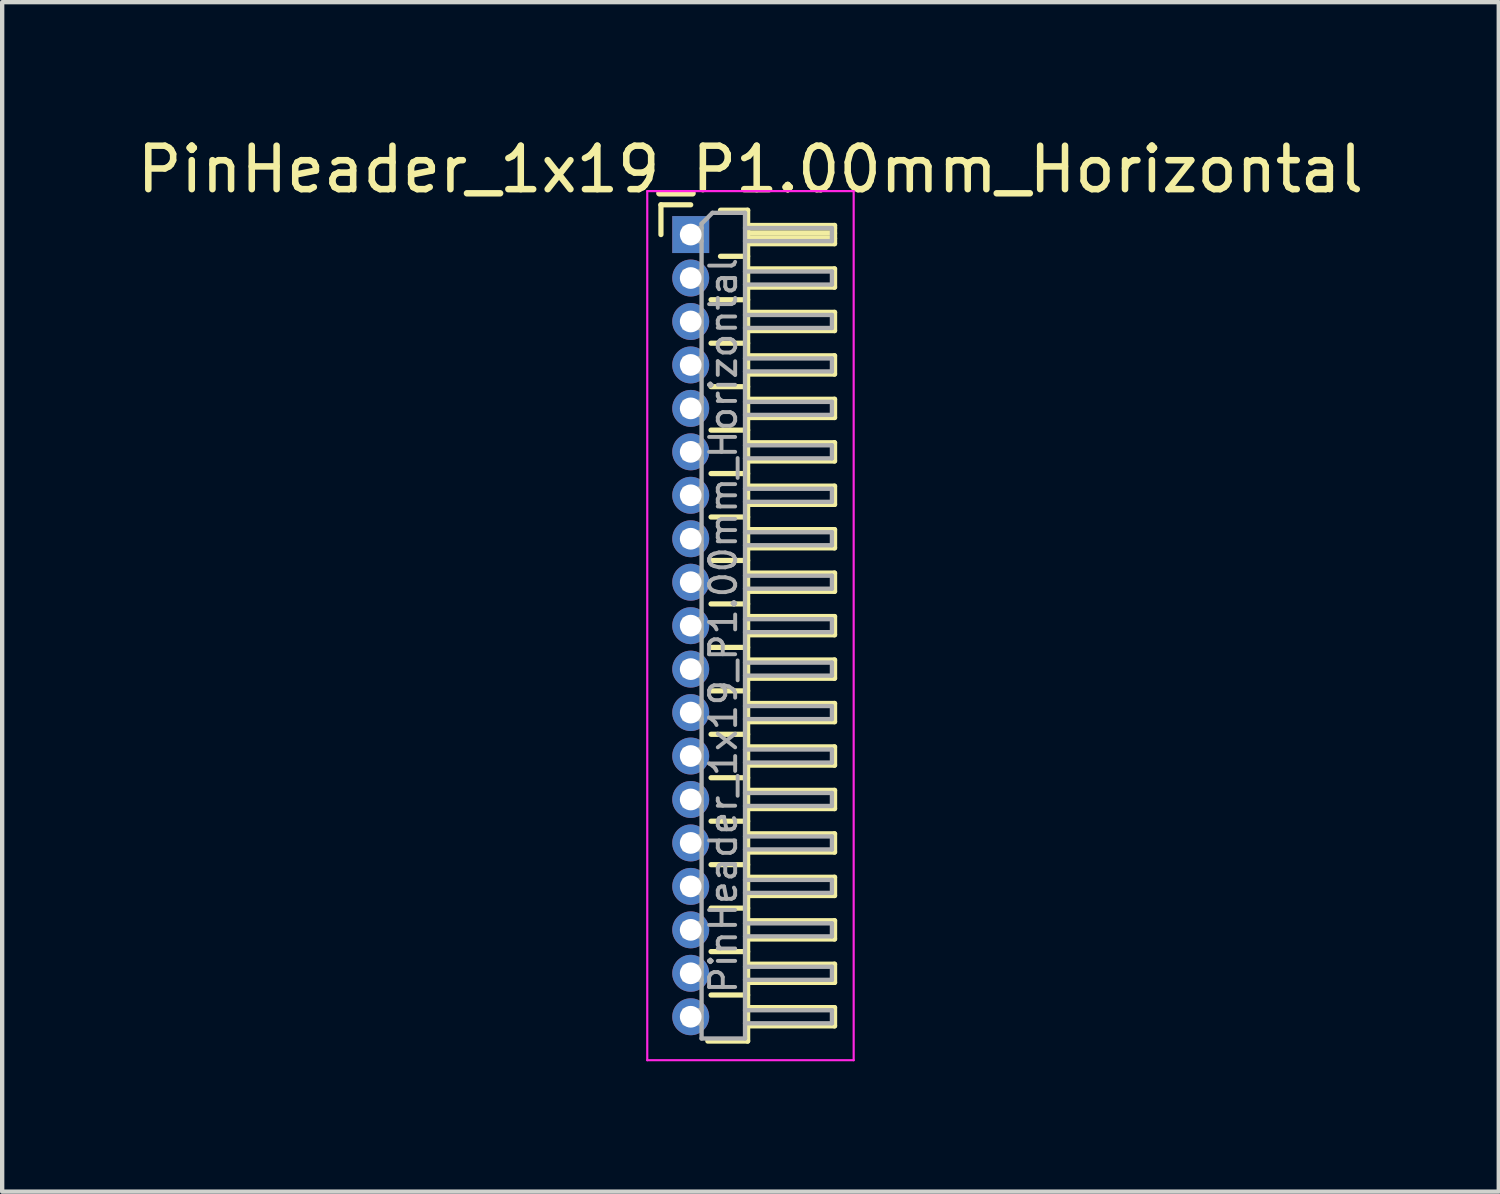
<source format=kicad_pcb>
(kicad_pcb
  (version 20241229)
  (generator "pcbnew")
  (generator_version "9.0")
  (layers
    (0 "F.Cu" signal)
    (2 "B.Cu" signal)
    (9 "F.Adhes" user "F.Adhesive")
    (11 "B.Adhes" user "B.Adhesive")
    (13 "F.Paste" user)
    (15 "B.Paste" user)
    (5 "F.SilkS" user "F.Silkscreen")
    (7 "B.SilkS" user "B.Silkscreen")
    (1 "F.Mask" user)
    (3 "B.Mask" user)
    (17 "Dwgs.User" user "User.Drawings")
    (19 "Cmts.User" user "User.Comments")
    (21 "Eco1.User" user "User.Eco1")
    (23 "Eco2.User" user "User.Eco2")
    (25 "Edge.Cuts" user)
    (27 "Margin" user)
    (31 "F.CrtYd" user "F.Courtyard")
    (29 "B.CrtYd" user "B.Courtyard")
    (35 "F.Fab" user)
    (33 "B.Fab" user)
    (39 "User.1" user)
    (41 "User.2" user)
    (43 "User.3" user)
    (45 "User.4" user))
  (footprint "PinHeader_1x19_P1.00mm_Horizontal"
    (layer "F.Cu")
    (at 12.845 2.348)
    (property "Reference" "PinHeader_1x19_P1.00mm_Horizontal" (at 1.375 -1.5 0) (layer "F.SilkS") (effects (font (size 1 1) (thickness 0.15))))
    (attr through_hole)
    (fp_line (start -0.685 -0.685) (end 0 -0.685) (stroke (width 0.12) (type solid)) (layer "F.SilkS"))
    (fp_line (start -0.685 0) (end -0.685 -0.685) (stroke (width 0.12) (type solid)) (layer "F.SilkS"))
    (fp_line (start 0.468 1.5) (end 1.31 1.5) (stroke (width 0.12) (type solid)) (layer "F.SilkS"))
    (fp_line (start 0.468 2.5) (end 1.31 2.5) (stroke (width 0.12) (type solid)) (layer "F.SilkS"))
    (fp_line (start 0.468 3.5) (end 1.31 3.5) (stroke (width 0.12) (type solid)) (layer "F.SilkS"))
    (fp_line (start 0.468 4.5) (end 1.31 4.5) (stroke (width 0.12) (type solid)) (layer "F.SilkS"))
    (fp_line (start 0.468 5.5) (end 1.31 5.5) (stroke (width 0.12) (type solid)) (layer "F.SilkS"))
    (fp_line (start 0.468 6.5) (end 1.31 6.5) (stroke (width 0.12) (type solid)) (layer "F.SilkS"))
    (fp_line (start 0.468 7.5) (end 1.31 7.5) (stroke (width 0.12) (type solid)) (layer "F.SilkS"))
    (fp_line (start 0.468 8.5) (end 1.31 8.5) (stroke (width 0.12) (type solid)) (layer "F.SilkS"))
    (fp_line (start 0.468 9.5) (end 1.31 9.5) (stroke (width 0.12) (type solid)) (layer "F.SilkS"))
    (fp_line (start 0.468 10.5) (end 1.31 10.5) (stroke (width 0.12) (type solid)) (layer "F.SilkS"))
    (fp_line (start 0.468 11.5) (end 1.31 11.5) (stroke (width 0.12) (type solid)) (layer "F.SilkS"))
    (fp_line (start 0.468 12.5) (end 1.31 12.5) (stroke (width 0.12) (type solid)) (layer "F.SilkS"))
    (fp_line (start 0.468 13.5) (end 1.31 13.5) (stroke (width 0.12) (type solid)) (layer "F.SilkS"))
    (fp_line (start 0.468 14.5) (end 1.31 14.5) (stroke (width 0.12) (type solid)) (layer "F.SilkS"))
    (fp_line (start 0.468 15.5) (end 1.31 15.5) (stroke (width 0.12) (type solid)) (layer "F.SilkS"))
    (fp_line (start 0.468 16.5) (end 1.31 16.5) (stroke (width 0.12) (type solid)) (layer "F.SilkS"))
    (fp_line (start 0.468 17.5) (end 1.31 17.5) (stroke (width 0.12) (type solid)) (layer "F.SilkS"))
    (fp_line (start 0.685 -0.56) (end 1.31 -0.56) (stroke (width 0.12) (type solid)) (layer "F.SilkS"))
    (fp_line (start 0.685 0.5) (end 1.31 0.5) (stroke (width 0.12) (type solid)) (layer "F.SilkS"))
    (fp_line (start 1.31 -0.56) (end 1.31 18.56) (stroke (width 0.12) (type solid)) (layer "F.SilkS"))
    (fp_line (start 1.31 -0.21) (end 3.31 -0.21) (stroke (width 0.12) (type solid)) (layer "F.SilkS"))
    (fp_line (start 1.31 -0.15) (end 3.31 -0.15) (stroke (width 0.12) (type solid)) (layer "F.SilkS"))
    (fp_line (start 1.31 -0.03) (end 3.31 -0.03) (stroke (width 0.12) (type solid)) (layer "F.SilkS"))
    (fp_line (start 1.31 0.09) (end 3.31 0.09) (stroke (width 0.12) (type solid)) (layer "F.SilkS"))
    (fp_line (start 1.31 0.79) (end 3.31 0.79) (stroke (width 0.12) (type solid)) (layer "F.SilkS"))
    (fp_line (start 1.31 1.79) (end 3.31 1.79) (stroke (width 0.12) (type solid)) (layer "F.SilkS"))
    (fp_line (start 1.31 2.79) (end 3.31 2.79) (stroke (width 0.12) (type solid)) (layer "F.SilkS"))
    (fp_line (start 1.31 3.79) (end 3.31 3.79) (stroke (width 0.12) (type solid)) (layer "F.SilkS"))
    (fp_line (start 1.31 4.79) (end 3.31 4.79) (stroke (width 0.12) (type solid)) (layer "F.SilkS"))
    (fp_line (start 1.31 5.79) (end 3.31 5.79) (stroke (width 0.12) (type solid)) (layer "F.SilkS"))
    (fp_line (start 1.31 6.79) (end 3.31 6.79) (stroke (width 0.12) (type solid)) (layer "F.SilkS"))
    (fp_line (start 1.31 7.79) (end 3.31 7.79) (stroke (width 0.12) (type solid)) (layer "F.SilkS"))
    (fp_line (start 1.31 8.79) (end 3.31 8.79) (stroke (width 0.12) (type solid)) (layer "F.SilkS"))
    (fp_line (start 1.31 9.79) (end 3.31 9.79) (stroke (width 0.12) (type solid)) (layer "F.SilkS"))
    (fp_line (start 1.31 10.79) (end 3.31 10.79) (stroke (width 0.12) (type solid)) (layer "F.SilkS"))
    (fp_line (start 1.31 11.79) (end 3.31 11.79) (stroke (width 0.12) (type solid)) (layer "F.SilkS"))
    (fp_line (start 1.31 12.79) (end 3.31 12.79) (stroke (width 0.12) (type solid)) (layer "F.SilkS"))
    (fp_line (start 1.31 13.79) (end 3.31 13.79) (stroke (width 0.12) (type solid)) (layer "F.SilkS"))
    (fp_line (start 1.31 14.79) (end 3.31 14.79) (stroke (width 0.12) (type solid)) (layer "F.SilkS"))
    (fp_line (start 1.31 15.79) (end 3.31 15.79) (stroke (width 0.12) (type solid)) (layer "F.SilkS"))
    (fp_line (start 1.31 16.79) (end 3.31 16.79) (stroke (width 0.12) (type solid)) (layer "F.SilkS"))
    (fp_line (start 1.31 17.79) (end 3.31 17.79) (stroke (width 0.12) (type solid)) (layer "F.SilkS"))
    (fp_line (start 1.31 18.56) (end 0.394 18.56) (stroke (width 0.12) (type solid)) (layer "F.SilkS"))
    (fp_line (start 3.31 -0.21) (end 3.31 0.21) (stroke (width 0.12) (type solid)) (layer "F.SilkS"))
    (fp_line (start 3.31 0.21) (end 1.31 0.21) (stroke (width 0.12) (type solid)) (layer "F.SilkS"))
    (fp_line (start 3.31 0.79) (end 3.31 1.21) (stroke (width 0.12) (type solid)) (layer "F.SilkS"))
    (fp_line (start 3.31 1.21) (end 1.31 1.21) (stroke (width 0.12) (type solid)) (layer "F.SilkS"))
    (fp_line (start 3.31 1.79) (end 3.31 2.21) (stroke (width 0.12) (type solid)) (layer "F.SilkS"))
    (fp_line (start 3.31 2.21) (end 1.31 2.21) (stroke (width 0.12) (type solid)) (layer "F.SilkS"))
    (fp_line (start 3.31 2.79) (end 3.31 3.21) (stroke (width 0.12) (type solid)) (layer "F.SilkS"))
    (fp_line (start 3.31 3.21) (end 1.31 3.21) (stroke (width 0.12) (type solid)) (layer "F.SilkS"))
    (fp_line (start 3.31 3.79) (end 3.31 4.21) (stroke (width 0.12) (type solid)) (layer "F.SilkS"))
    (fp_line (start 3.31 4.21) (end 1.31 4.21) (stroke (width 0.12) (type solid)) (layer "F.SilkS"))
    (fp_line (start 3.31 4.79) (end 3.31 5.21) (stroke (width 0.12) (type solid)) (layer "F.SilkS"))
    (fp_line (start 3.31 5.21) (end 1.31 5.21) (stroke (width 0.12) (type solid)) (layer "F.SilkS"))
    (fp_line (start 3.31 5.79) (end 3.31 6.21) (stroke (width 0.12) (type solid)) (layer "F.SilkS"))
    (fp_line (start 3.31 6.21) (end 1.31 6.21) (stroke (width 0.12) (type solid)) (layer "F.SilkS"))
    (fp_line (start 3.31 6.79) (end 3.31 7.21) (stroke (width 0.12) (type solid)) (layer "F.SilkS"))
    (fp_line (start 3.31 7.21) (end 1.31 7.21) (stroke (width 0.12) (type solid)) (layer "F.SilkS"))
    (fp_line (start 3.31 7.79) (end 3.31 8.21) (stroke (width 0.12) (type solid)) (layer "F.SilkS"))
    (fp_line (start 3.31 8.21) (end 1.31 8.21) (stroke (width 0.12) (type solid)) (layer "F.SilkS"))
    (fp_line (start 3.31 8.79) (end 3.31 9.21) (stroke (width 0.12) (type solid)) (layer "F.SilkS"))
    (fp_line (start 3.31 9.21) (end 1.31 9.21) (stroke (width 0.12) (type solid)) (layer "F.SilkS"))
    (fp_line (start 3.31 9.79) (end 3.31 10.21) (stroke (width 0.12) (type solid)) (layer "F.SilkS"))
    (fp_line (start 3.31 10.21) (end 1.31 10.21) (stroke (width 0.12) (type solid)) (layer "F.SilkS"))
    (fp_line (start 3.31 10.79) (end 3.31 11.21) (stroke (width 0.12) (type solid)) (layer "F.SilkS"))
    (fp_line (start 3.31 11.21) (end 1.31 11.21) (stroke (width 0.12) (type solid)) (layer "F.SilkS"))
    (fp_line (start 3.31 11.79) (end 3.31 12.21) (stroke (width 0.12) (type solid)) (layer "F.SilkS"))
    (fp_line (start 3.31 12.21) (end 1.31 12.21) (stroke (width 0.12) (type solid)) (layer "F.SilkS"))
    (fp_line (start 3.31 12.79) (end 3.31 13.21) (stroke (width 0.12) (type solid)) (layer "F.SilkS"))
    (fp_line (start 3.31 13.21) (end 1.31 13.21) (stroke (width 0.12) (type solid)) (layer "F.SilkS"))
    (fp_line (start 3.31 13.79) (end 3.31 14.21) (stroke (width 0.12) (type solid)) (layer "F.SilkS"))
    (fp_line (start 3.31 14.21) (end 1.31 14.21) (stroke (width 0.12) (type solid)) (layer "F.SilkS"))
    (fp_line (start 3.31 14.79) (end 3.31 15.21) (stroke (width 0.12) (type solid)) (layer "F.SilkS"))
    (fp_line (start 3.31 15.21) (end 1.31 15.21) (stroke (width 0.12) (type solid)) (layer "F.SilkS"))
    (fp_line (start 3.31 15.79) (end 3.31 16.21) (stroke (width 0.12) (type solid)) (layer "F.SilkS"))
    (fp_line (start 3.31 16.21) (end 1.31 16.21) (stroke (width 0.12) (type solid)) (layer "F.SilkS"))
    (fp_line (start 3.31 16.79) (end 3.31 17.21) (stroke (width 0.12) (type solid)) (layer "F.SilkS"))
    (fp_line (start 3.31 17.21) (end 1.31 17.21) (stroke (width 0.12) (type solid)) (layer "F.SilkS"))
    (fp_line (start 3.31 17.79) (end 3.31 18.21) (stroke (width 0.12) (type solid)) (layer "F.SilkS"))
    (fp_line (start 3.31 18.21) (end 1.31 18.21) (stroke (width 0.12) (type solid)) (layer "F.SilkS"))
    (fp_line (start -1 -1) (end -1 19) (stroke (width 0.05) (type solid)) (layer "F.CrtYd"))
    (fp_line (start -1 19) (end 3.75 19) (stroke (width 0.05) (type solid)) (layer "F.CrtYd"))
    (fp_line (start 3.75 -1) (end -1 -1) (stroke (width 0.05) (type solid)) (layer "F.CrtYd"))
    (fp_line (start 3.75 19) (end 3.75 -1) (stroke (width 0.05) (type solid)) (layer "F.CrtYd"))
    (fp_line (start -0.15 -0.15) (end -0.15 0.15) (stroke (width 0.1) (type solid)) (layer "F.Fab"))
    (fp_line (start -0.15 -0.15) (end 0.25 -0.15) (stroke (width 0.1) (type solid)) (layer "F.Fab"))
    (fp_line (start -0.15 0.15) (end 0.25 0.15) (stroke (width 0.1) (type solid)) (layer "F.Fab"))
    (fp_line (start -0.15 0.85) (end -0.15 1.15) (stroke (width 0.1) (type solid)) (layer "F.Fab"))
    (fp_line (start -0.15 0.85) (end 0.25 0.85) (stroke (width 0.1) (type solid)) (layer "F.Fab"))
    (fp_line (start -0.15 1.15) (end 0.25 1.15) (stroke (width 0.1) (type solid)) (layer "F.Fab"))
    (fp_line (start -0.15 1.85) (end -0.15 2.15) (stroke (width 0.1) (type solid)) (layer "F.Fab"))
    (fp_line (start -0.15 1.85) (end 0.25 1.85) (stroke (width 0.1) (type solid)) (layer "F.Fab"))
    (fp_line (start -0.15 2.15) (end 0.25 2.15) (stroke (width 0.1) (type solid)) (layer "F.Fab"))
    (fp_line (start -0.15 2.85) (end -0.15 3.15) (stroke (width 0.1) (type solid)) (layer "F.Fab"))
    (fp_line (start -0.15 2.85) (end 0.25 2.85) (stroke (width 0.1) (type solid)) (layer "F.Fab"))
    (fp_line (start -0.15 3.15) (end 0.25 3.15) (stroke (width 0.1) (type solid)) (layer "F.Fab"))
    (fp_line (start -0.15 3.85) (end -0.15 4.15) (stroke (width 0.1) (type solid)) (layer "F.Fab"))
    (fp_line (start -0.15 3.85) (end 0.25 3.85) (stroke (width 0.1) (type solid)) (layer "F.Fab"))
    (fp_line (start -0.15 4.15) (end 0.25 4.15) (stroke (width 0.1) (type solid)) (layer "F.Fab"))
    (fp_line (start -0.15 4.85) (end -0.15 5.15) (stroke (width 0.1) (type solid)) (layer "F.Fab"))
    (fp_line (start -0.15 4.85) (end 0.25 4.85) (stroke (width 0.1) (type solid)) (layer "F.Fab"))
    (fp_line (start -0.15 5.15) (end 0.25 5.15) (stroke (width 0.1) (type solid)) (layer "F.Fab"))
    (fp_line (start -0.15 5.85) (end -0.15 6.15) (stroke (width 0.1) (type solid)) (layer "F.Fab"))
    (fp_line (start -0.15 5.85) (end 0.25 5.85) (stroke (width 0.1) (type solid)) (layer "F.Fab"))
    (fp_line (start -0.15 6.15) (end 0.25 6.15) (stroke (width 0.1) (type solid)) (layer "F.Fab"))
    (fp_line (start -0.15 6.85) (end -0.15 7.15) (stroke (width 0.1) (type solid)) (layer "F.Fab"))
    (fp_line (start -0.15 6.85) (end 0.25 6.85) (stroke (width 0.1) (type solid)) (layer "F.Fab"))
    (fp_line (start -0.15 7.15) (end 0.25 7.15) (stroke (width 0.1) (type solid)) (layer "F.Fab"))
    (fp_line (start -0.15 7.85) (end -0.15 8.15) (stroke (width 0.1) (type solid)) (layer "F.Fab"))
    (fp_line (start -0.15 7.85) (end 0.25 7.85) (stroke (width 0.1) (type solid)) (layer "F.Fab"))
    (fp_line (start -0.15 8.15) (end 0.25 8.15) (stroke (width 0.1) (type solid)) (layer "F.Fab"))
    (fp_line (start -0.15 8.85) (end -0.15 9.15) (stroke (width 0.1) (type solid)) (layer "F.Fab"))
    (fp_line (start -0.15 8.85) (end 0.25 8.85) (stroke (width 0.1) (type solid)) (layer "F.Fab"))
    (fp_line (start -0.15 9.15) (end 0.25 9.15) (stroke (width 0.1) (type solid)) (layer "F.Fab"))
    (fp_line (start -0.15 9.85) (end -0.15 10.15) (stroke (width 0.1) (type solid)) (layer "F.Fab"))
    (fp_line (start -0.15 9.85) (end 0.25 9.85) (stroke (width 0.1) (type solid)) (layer "F.Fab"))
    (fp_line (start -0.15 10.15) (end 0.25 10.15) (stroke (width 0.1) (type solid)) (layer "F.Fab"))
    (fp_line (start -0.15 10.85) (end -0.15 11.15) (stroke (width 0.1) (type solid)) (layer "F.Fab"))
    (fp_line (start -0.15 10.85) (end 0.25 10.85) (stroke (width 0.1) (type solid)) (layer "F.Fab"))
    (fp_line (start -0.15 11.15) (end 0.25 11.15) (stroke (width 0.1) (type solid)) (layer "F.Fab"))
    (fp_line (start -0.15 11.85) (end -0.15 12.15) (stroke (width 0.1) (type solid)) (layer "F.Fab"))
    (fp_line (start -0.15 11.85) (end 0.25 11.85) (stroke (width 0.1) (type solid)) (layer "F.Fab"))
    (fp_line (start -0.15 12.15) (end 0.25 12.15) (stroke (width 0.1) (type solid)) (layer "F.Fab"))
    (fp_line (start -0.15 12.85) (end -0.15 13.15) (stroke (width 0.1) (type solid)) (layer "F.Fab"))
    (fp_line (start -0.15 12.85) (end 0.25 12.85) (stroke (width 0.1) (type solid)) (layer "F.Fab"))
    (fp_line (start -0.15 13.15) (end 0.25 13.15) (stroke (width 0.1) (type solid)) (layer "F.Fab"))
    (fp_line (start -0.15 13.85) (end -0.15 14.15) (stroke (width 0.1) (type solid)) (layer "F.Fab"))
    (fp_line (start -0.15 13.85) (end 0.25 13.85) (stroke (width 0.1) (type solid)) (layer "F.Fab"))
    (fp_line (start -0.15 14.15) (end 0.25 14.15) (stroke (width 0.1) (type solid)) (layer "F.Fab"))
    (fp_line (start -0.15 14.85) (end -0.15 15.15) (stroke (width 0.1) (type solid)) (layer "F.Fab"))
    (fp_line (start -0.15 14.85) (end 0.25 14.85) (stroke (width 0.1) (type solid)) (layer "F.Fab"))
    (fp_line (start -0.15 15.15) (end 0.25 15.15) (stroke (width 0.1) (type solid)) (layer "F.Fab"))
    (fp_line (start -0.15 15.85) (end -0.15 16.15) (stroke (width 0.1) (type solid)) (layer "F.Fab"))
    (fp_line (start -0.15 15.85) (end 0.25 15.85) (stroke (width 0.1) (type solid)) (layer "F.Fab"))
    (fp_line (start -0.15 16.15) (end 0.25 16.15) (stroke (width 0.1) (type solid)) (layer "F.Fab"))
    (fp_line (start -0.15 16.85) (end -0.15 17.15) (stroke (width 0.1) (type solid)) (layer "F.Fab"))
    (fp_line (start -0.15 16.85) (end 0.25 16.85) (stroke (width 0.1) (type solid)) (layer "F.Fab"))
    (fp_line (start -0.15 17.15) (end 0.25 17.15) (stroke (width 0.1) (type solid)) (layer "F.Fab"))
    (fp_line (start -0.15 17.85) (end -0.15 18.15) (stroke (width 0.1) (type solid)) (layer "F.Fab"))
    (fp_line (start -0.15 17.85) (end 0.25 17.85) (stroke (width 0.1) (type solid)) (layer "F.Fab"))
    (fp_line (start -0.15 18.15) (end 0.25 18.15) (stroke (width 0.1) (type solid)) (layer "F.Fab"))
    (fp_line (start 0.25 -0.25) (end 0.5 -0.5) (stroke (width 0.1) (type solid)) (layer "F.Fab"))
    (fp_line (start 0.25 18.5) (end 0.25 -0.25) (stroke (width 0.1) (type solid)) (layer "F.Fab"))
    (fp_line (start 0.5 -0.5) (end 1.25 -0.5) (stroke (width 0.1) (type solid)) (layer "F.Fab"))
    (fp_line (start 1.25 -0.5) (end 1.25 18.5) (stroke (width 0.1) (type solid)) (layer "F.Fab"))
    (fp_line (start 1.25 -0.15) (end 3.25 -0.15) (stroke (width 0.1) (type solid)) (layer "F.Fab"))
    (fp_line (start 1.25 0.15) (end 3.25 0.15) (stroke (width 0.1) (type solid)) (layer "F.Fab"))
    (fp_line (start 1.25 0.85) (end 3.25 0.85) (stroke (width 0.1) (type solid)) (layer "F.Fab"))
    (fp_line (start 1.25 1.15) (end 3.25 1.15) (stroke (width 0.1) (type solid)) (layer "F.Fab"))
    (fp_line (start 1.25 1.85) (end 3.25 1.85) (stroke (width 0.1) (type solid)) (layer "F.Fab"))
    (fp_line (start 1.25 2.15) (end 3.25 2.15) (stroke (width 0.1) (type solid)) (layer "F.Fab"))
    (fp_line (start 1.25 2.85) (end 3.25 2.85) (stroke (width 0.1) (type solid)) (layer "F.Fab"))
    (fp_line (start 1.25 3.15) (end 3.25 3.15) (stroke (width 0.1) (type solid)) (layer "F.Fab"))
    (fp_line (start 1.25 3.85) (end 3.25 3.85) (stroke (width 0.1) (type solid)) (layer "F.Fab"))
    (fp_line (start 1.25 4.15) (end 3.25 4.15) (stroke (width 0.1) (type solid)) (layer "F.Fab"))
    (fp_line (start 1.25 4.85) (end 3.25 4.85) (stroke (width 0.1) (type solid)) (layer "F.Fab"))
    (fp_line (start 1.25 5.15) (end 3.25 5.15) (stroke (width 0.1) (type solid)) (layer "F.Fab"))
    (fp_line (start 1.25 5.85) (end 3.25 5.85) (stroke (width 0.1) (type solid)) (layer "F.Fab"))
    (fp_line (start 1.25 6.15) (end 3.25 6.15) (stroke (width 0.1) (type solid)) (layer "F.Fab"))
    (fp_line (start 1.25 6.85) (end 3.25 6.85) (stroke (width 0.1) (type solid)) (layer "F.Fab"))
    (fp_line (start 1.25 7.15) (end 3.25 7.15) (stroke (width 0.1) (type solid)) (layer "F.Fab"))
    (fp_line (start 1.25 7.85) (end 3.25 7.85) (stroke (width 0.1) (type solid)) (layer "F.Fab"))
    (fp_line (start 1.25 8.15) (end 3.25 8.15) (stroke (width 0.1) (type solid)) (layer "F.Fab"))
    (fp_line (start 1.25 8.85) (end 3.25 8.85) (stroke (width 0.1) (type solid)) (layer "F.Fab"))
    (fp_line (start 1.25 9.15) (end 3.25 9.15) (stroke (width 0.1) (type solid)) (layer "F.Fab"))
    (fp_line (start 1.25 9.85) (end 3.25 9.85) (stroke (width 0.1) (type solid)) (layer "F.Fab"))
    (fp_line (start 1.25 10.15) (end 3.25 10.15) (stroke (width 0.1) (type solid)) (layer "F.Fab"))
    (fp_line (start 1.25 10.85) (end 3.25 10.85) (stroke (width 0.1) (type solid)) (layer "F.Fab"))
    (fp_line (start 1.25 11.15) (end 3.25 11.15) (stroke (width 0.1) (type solid)) (layer "F.Fab"))
    (fp_line (start 1.25 11.85) (end 3.25 11.85) (stroke (width 0.1) (type solid)) (layer "F.Fab"))
    (fp_line (start 1.25 12.15) (end 3.25 12.15) (stroke (width 0.1) (type solid)) (layer "F.Fab"))
    (fp_line (start 1.25 12.85) (end 3.25 12.85) (stroke (width 0.1) (type solid)) (layer "F.Fab"))
    (fp_line (start 1.25 13.15) (end 3.25 13.15) (stroke (width 0.1) (type solid)) (layer "F.Fab"))
    (fp_line (start 1.25 13.85) (end 3.25 13.85) (stroke (width 0.1) (type solid)) (layer "F.Fab"))
    (fp_line (start 1.25 14.15) (end 3.25 14.15) (stroke (width 0.1) (type solid)) (layer "F.Fab"))
    (fp_line (start 1.25 14.85) (end 3.25 14.85) (stroke (width 0.1) (type solid)) (layer "F.Fab"))
    (fp_line (start 1.25 15.15) (end 3.25 15.15) (stroke (width 0.1) (type solid)) (layer "F.Fab"))
    (fp_line (start 1.25 15.85) (end 3.25 15.85) (stroke (width 0.1) (type solid)) (layer "F.Fab"))
    (fp_line (start 1.25 16.15) (end 3.25 16.15) (stroke (width 0.1) (type solid)) (layer "F.Fab"))
    (fp_line (start 1.25 16.85) (end 3.25 16.85) (stroke (width 0.1) (type solid)) (layer "F.Fab"))
    (fp_line (start 1.25 17.15) (end 3.25 17.15) (stroke (width 0.1) (type solid)) (layer "F.Fab"))
    (fp_line (start 1.25 17.85) (end 3.25 17.85) (stroke (width 0.1) (type solid)) (layer "F.Fab"))
    (fp_line (start 1.25 18.15) (end 3.25 18.15) (stroke (width 0.1) (type solid)) (layer "F.Fab"))
    (fp_line (start 1.25 18.5) (end 0.25 18.5) (stroke (width 0.1) (type solid)) (layer "F.Fab"))
    (fp_line (start 3.25 -0.15) (end 3.25 0.15) (stroke (width 0.1) (type solid)) (layer "F.Fab"))
    (fp_line (start 3.25 0.85) (end 3.25 1.15) (stroke (width 0.1) (type solid)) (layer "F.Fab"))
    (fp_line (start 3.25 1.85) (end 3.25 2.15) (stroke (width 0.1) (type solid)) (layer "F.Fab"))
    (fp_line (start 3.25 2.85) (end 3.25 3.15) (stroke (width 0.1) (type solid)) (layer "F.Fab"))
    (fp_line (start 3.25 3.85) (end 3.25 4.15) (stroke (width 0.1) (type solid)) (layer "F.Fab"))
    (fp_line (start 3.25 4.85) (end 3.25 5.15) (stroke (width 0.1) (type solid)) (layer "F.Fab"))
    (fp_line (start 3.25 5.85) (end 3.25 6.15) (stroke (width 0.1) (type solid)) (layer "F.Fab"))
    (fp_line (start 3.25 6.85) (end 3.25 7.15) (stroke (width 0.1) (type solid)) (layer "F.Fab"))
    (fp_line (start 3.25 7.85) (end 3.25 8.15) (stroke (width 0.1) (type solid)) (layer "F.Fab"))
    (fp_line (start 3.25 8.85) (end 3.25 9.15) (stroke (width 0.1) (type solid)) (layer "F.Fab"))
    (fp_line (start 3.25 9.85) (end 3.25 10.15) (stroke (width 0.1) (type solid)) (layer "F.Fab"))
    (fp_line (start 3.25 10.85) (end 3.25 11.15) (stroke (width 0.1) (type solid)) (layer "F.Fab"))
    (fp_line (start 3.25 11.85) (end 3.25 12.15) (stroke (width 0.1) (type solid)) (layer "F.Fab"))
    (fp_line (start 3.25 12.85) (end 3.25 13.15) (stroke (width 0.1) (type solid)) (layer "F.Fab"))
    (fp_line (start 3.25 13.85) (end 3.25 14.15) (stroke (width 0.1) (type solid)) (layer "F.Fab"))
    (fp_line (start 3.25 14.85) (end 3.25 15.15) (stroke (width 0.1) (type solid)) (layer "F.Fab"))
    (fp_line (start 3.25 15.85) (end 3.25 16.15) (stroke (width 0.1) (type solid)) (layer "F.Fab"))
    (fp_line (start 3.25 16.85) (end 3.25 17.15) (stroke (width 0.1) (type solid)) (layer "F.Fab"))
    (fp_line (start 3.25 17.85) (end 3.25 18.15) (stroke (width 0.1) (type solid)) (layer "F.Fab"))
    (fp_text user "${REFERENCE}" (at 0.75 9 90) (layer "F.Fab") (effects (font (size 0.6 0.6) (thickness 0.09))))
    (pad "1" thru_hole rect (at 0 0) (size 0.85 0.85) (drill 0.5) (layers "*.Cu" "*.Mask"))
    (pad "2" thru_hole oval (at 0 1) (size 0.85 0.85) (drill 0.5) (layers "*.Cu" "*.Mask"))
    (pad "3" thru_hole oval (at 0 2) (size 0.85 0.85) (drill 0.5) (layers "*.Cu" "*.Mask"))
    (pad "4" thru_hole oval (at 0 3) (size 0.85 0.85) (drill 0.5) (layers "*.Cu" "*.Mask"))
    (pad "5" thru_hole oval (at 0 4) (size 0.85 0.85) (drill 0.5) (layers "*.Cu" "*.Mask"))
    (pad "6" thru_hole oval (at 0 5) (size 0.85 0.85) (drill 0.5) (layers "*.Cu" "*.Mask"))
    (pad "7" thru_hole oval (at 0 6) (size 0.85 0.85) (drill 0.5) (layers "*.Cu" "*.Mask"))
    (pad "8" thru_hole oval (at 0 7) (size 0.85 0.85) (drill 0.5) (layers "*.Cu" "*.Mask"))
    (pad "9" thru_hole oval (at 0 8) (size 0.85 0.85) (drill 0.5) (layers "*.Cu" "*.Mask"))
    (pad "10" thru_hole oval (at 0 9) (size 0.85 0.85) (drill 0.5) (layers "*.Cu" "*.Mask"))
    (pad "11" thru_hole oval (at 0 10) (size 0.85 0.85) (drill 0.5) (layers "*.Cu" "*.Mask"))
    (pad "12" thru_hole oval (at 0 11) (size 0.85 0.85) (drill 0.5) (layers "*.Cu" "*.Mask"))
    (pad "13" thru_hole oval (at 0 12) (size 0.85 0.85) (drill 0.5) (layers "*.Cu" "*.Mask"))
    (pad "14" thru_hole oval (at 0 13) (size 0.85 0.85) (drill 0.5) (layers "*.Cu" "*.Mask"))
    (pad "15" thru_hole oval (at 0 14) (size 0.85 0.85) (drill 0.5) (layers "*.Cu" "*.Mask"))
    (pad "16" thru_hole oval (at 0 15) (size 0.85 0.85) (drill 0.5) (layers "*.Cu" "*.Mask"))
    (pad "17" thru_hole oval (at 0 16) (size 0.85 0.85) (drill 0.5) (layers "*.Cu" "*.Mask"))
    (pad "18" thru_hole oval (at 0 17) (size 0.85 0.85) (drill 0.5) (layers "*.Cu" "*.Mask"))
    (pad "19" thru_hole oval (at 0 18) (size 0.85 0.85) (drill 0.5) (layers "*.Cu" "*.Mask")))
  (gr_rect
    (start -3 -3)
    (end 31.44 24.373)
    (stroke (width 0.1) (type default))
    (fill no)
    (layer "Edge.Cuts")))
</source>
